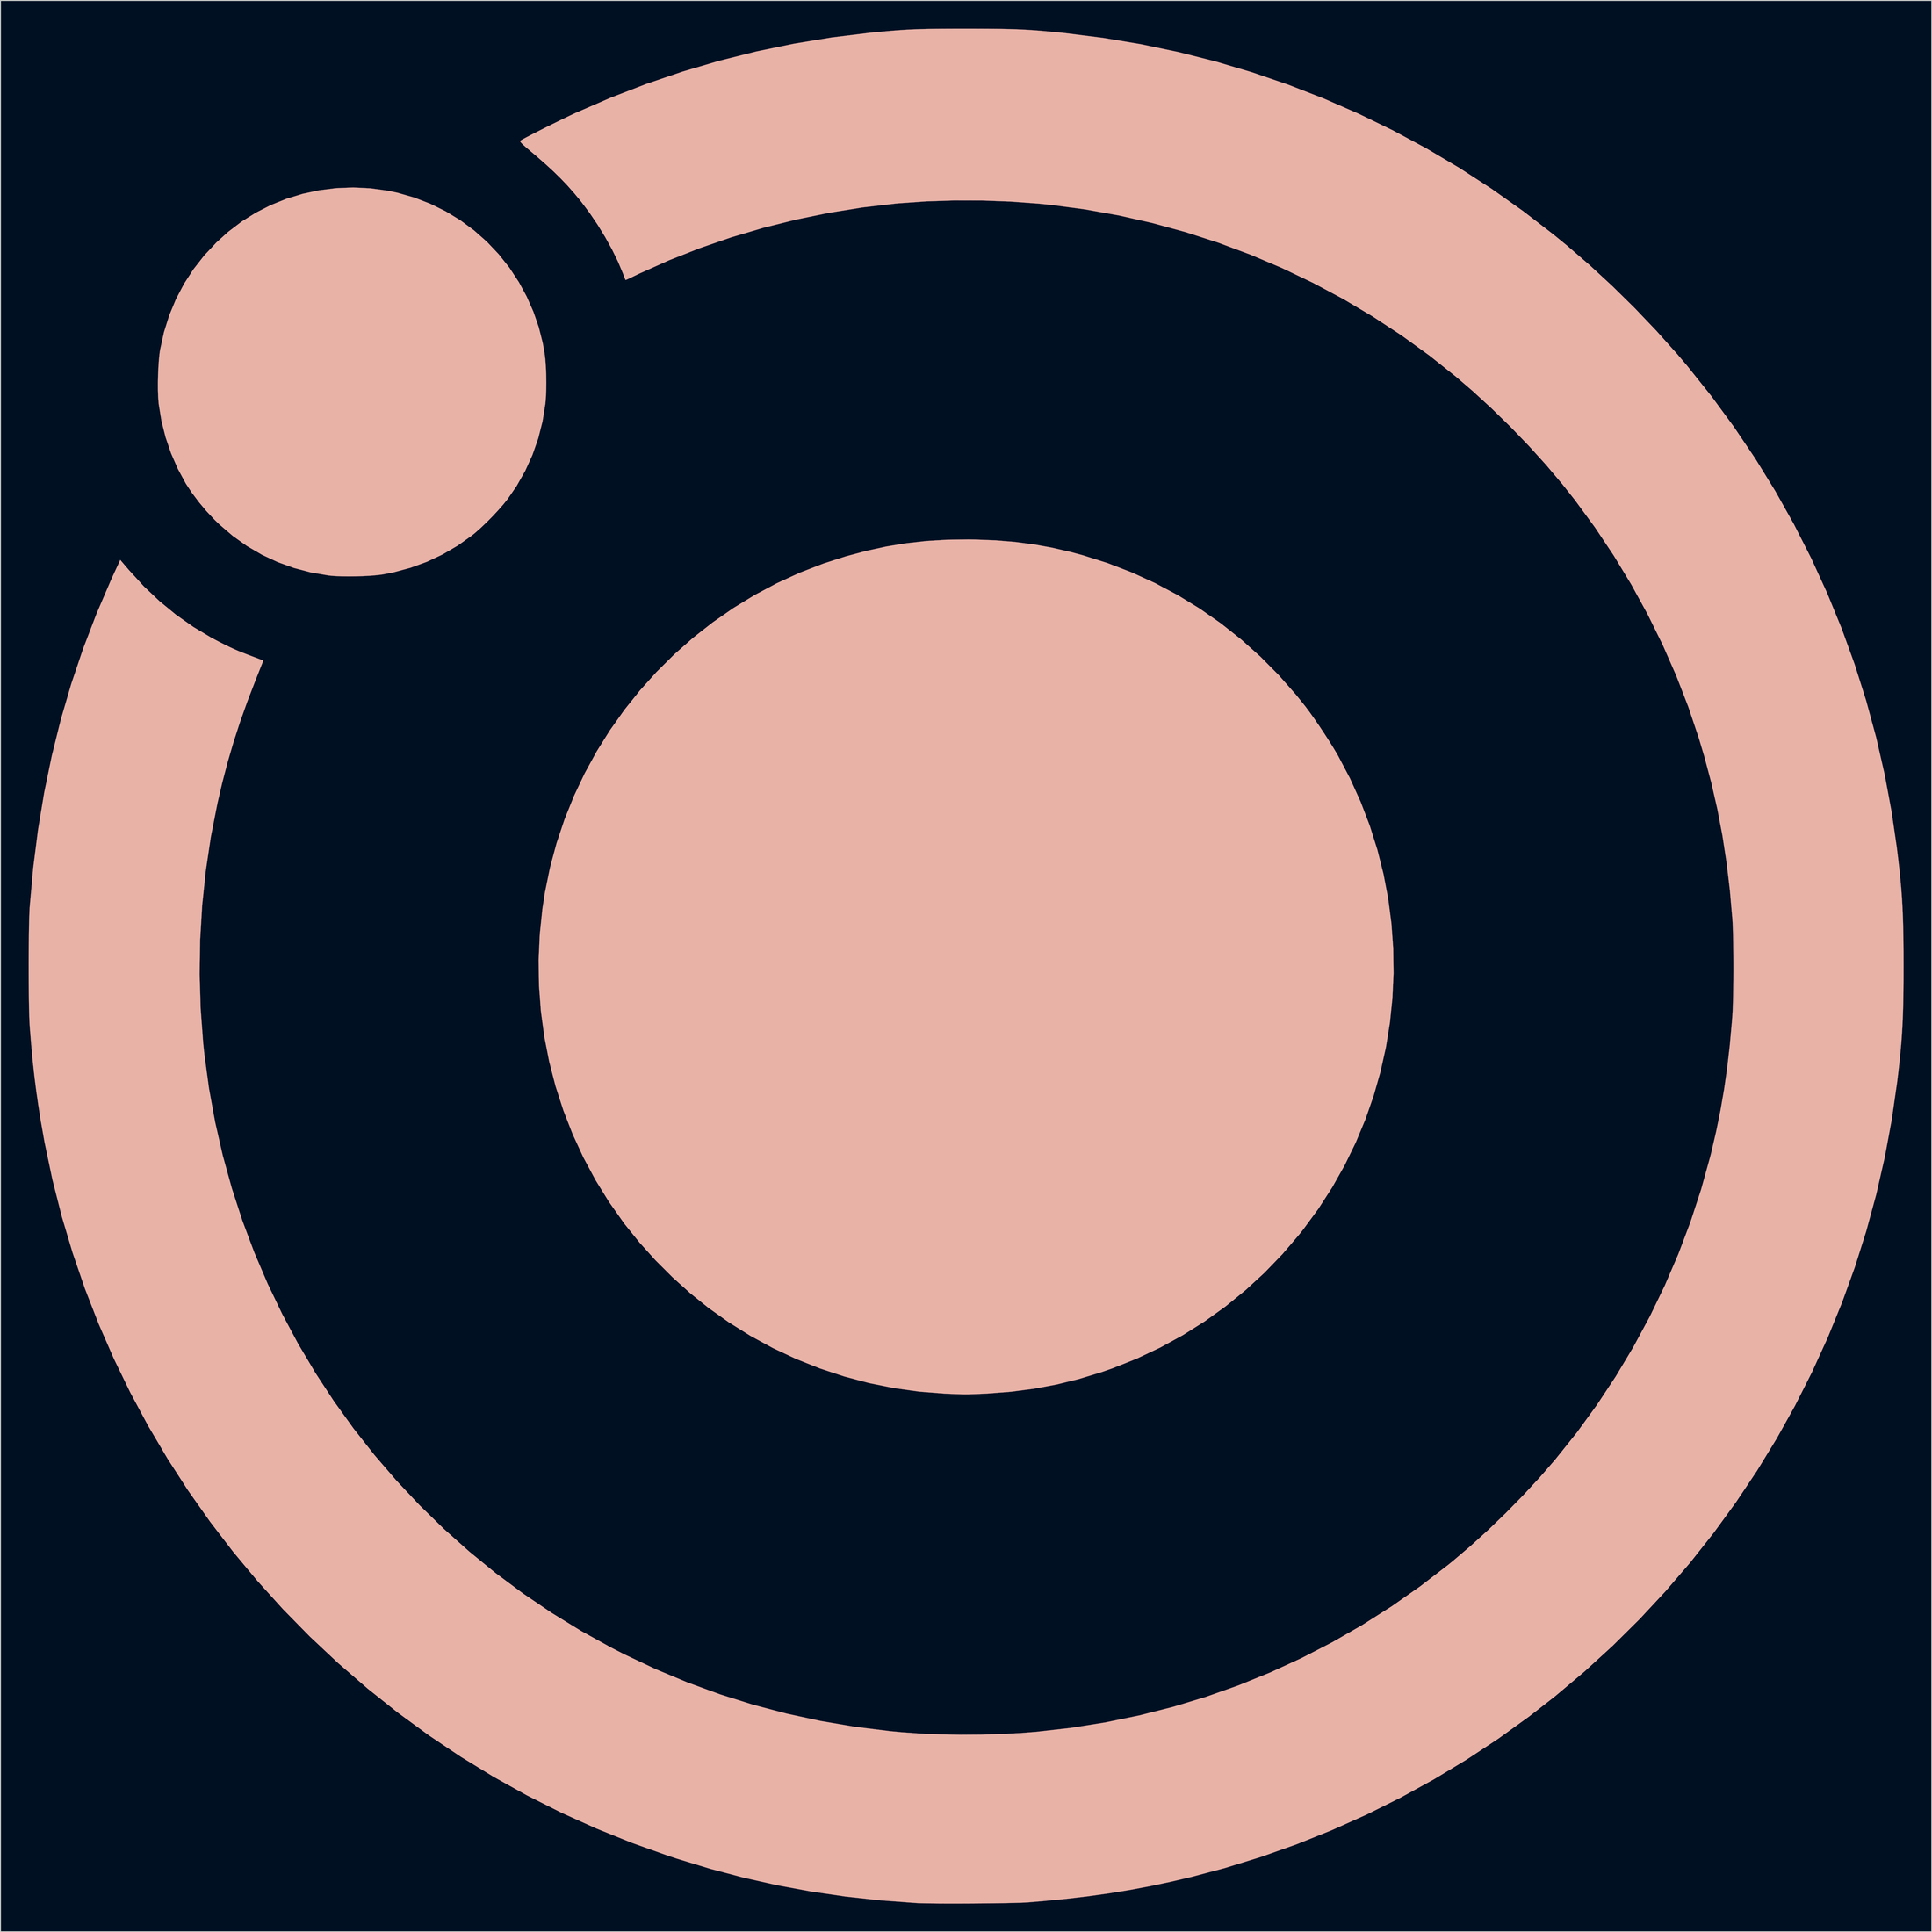
<source format=kicad_pcb>
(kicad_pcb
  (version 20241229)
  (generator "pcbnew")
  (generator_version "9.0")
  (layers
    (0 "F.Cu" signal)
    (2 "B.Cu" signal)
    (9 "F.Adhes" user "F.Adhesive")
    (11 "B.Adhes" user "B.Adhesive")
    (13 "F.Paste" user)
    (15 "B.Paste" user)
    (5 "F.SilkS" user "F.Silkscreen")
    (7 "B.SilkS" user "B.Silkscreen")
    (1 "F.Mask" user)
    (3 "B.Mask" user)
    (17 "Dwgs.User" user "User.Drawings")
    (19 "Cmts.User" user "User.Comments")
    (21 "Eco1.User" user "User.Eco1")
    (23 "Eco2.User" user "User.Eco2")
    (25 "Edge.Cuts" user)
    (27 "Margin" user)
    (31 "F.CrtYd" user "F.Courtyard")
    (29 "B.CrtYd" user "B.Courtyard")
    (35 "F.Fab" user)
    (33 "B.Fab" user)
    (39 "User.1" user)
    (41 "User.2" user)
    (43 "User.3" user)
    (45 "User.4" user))
  (footprint "ionic_20x20_B"
    (layer "F.Cu")
    (at 99.871 99.867)
    (property "Reference" "ionic_20x20_B" (at 0 0 0) (layer "B.SilkS") (effects (font (size 1.524 1.524) (thickness 0.3))))
    (attr through_hole)
    (fp_poly (pts (xy -63.472 -82.857) (xy -61.662 -82.61) (xy -60.579 -82.382) (xy -58.796 -81.871) (xy -57.08 -81.207) (xy -55.44 -80.399) (xy -53.883 -79.451) (xy -52.419 -78.37) (xy -51.054 -77.163) (xy -49.797 -75.837) (xy -48.656 -74.397) (xy -47.64 -72.851) (xy -46.817 -71.332) (xy -46.097 -69.706) (xy -45.531 -68.074) (xy -45.107 -66.397) (xy -44.911 -65.32) (xy -44.831 -64.671) (xy -44.772 -63.9) (xy -44.735 -63.055) (xy -44.722 -62.183) (xy -44.732 -61.331) (xy -44.766 -60.546) (xy -44.821 -59.913) (xy -45.122 -58.04) (xy -45.582 -56.22) (xy -46.198 -54.46) (xy -46.967 -52.766) (xy -47.886 -51.146) (xy -48.82 -49.784) (xy -49.27 -49.219) (xy -49.819 -48.59) (xy -50.433 -47.931) (xy -51.077 -47.281) (xy -51.713 -46.674) (xy -52.308 -46.148) (xy -52.62 -45.893) (xy -54.147 -44.804) (xy -55.757 -43.862) (xy -57.445 -43.069) (xy -59.209 -42.427) (xy -61.046 -41.936) (xy -62.103 -41.729) (xy -62.665 -41.653) (xy -63.354 -41.592) (xy -64.129 -41.548) (xy -64.949 -41.521) (xy -65.772 -41.512) (xy -66.558 -41.522) (xy -67.264 -41.551) (xy -67.849 -41.601) (xy -67.903 -41.608) (xy -69.779 -41.929) (xy -71.592 -42.406) (xy -73.338 -43.037) (xy -75.012 -43.818) (xy -76.608 -44.748) (xy -78.12 -45.824) (xy -79.544 -47.044) (xy -80.055 -47.538) (xy -80.912 -48.449) (xy -81.734 -49.429) (xy -82.483 -50.428) (xy -83.121 -51.398) (xy -83.13 -51.414) (xy -83.975 -52.969) (xy -84.695 -54.618) (xy -85.28 -56.332) (xy -85.72 -58.082) (xy -86.006 -59.838) (xy -86.024 -60.002) (xy -86.071 -60.613) (xy -86.095 -61.342) (xy -86.098 -62.146) (xy -86.081 -62.982) (xy -86.045 -63.807) (xy -85.992 -64.58) (xy -85.922 -65.257) (xy -85.863 -65.659) (xy -85.454 -67.524) (xy -84.891 -69.319) (xy -84.178 -71.039) (xy -83.316 -72.68) (xy -82.309 -74.237) (xy -81.159 -75.706) (xy -79.869 -77.081) (xy -78.613 -78.217) (xy -77.179 -79.309) (xy -75.654 -80.264) (xy -74.051 -81.078) (xy -72.382 -81.749) (xy -70.659 -82.274) (xy -68.895 -82.65) (xy -67.101 -82.874) (xy -65.289 -82.944) (xy -63.472 -82.857)) (stroke (width 0.01) (type solid)) (fill yes) (layer "B.SilkS"))
    (fp_poly (pts (xy 0.931 -45.441) (xy 3.111 -45.357) (xy 5.183 -45.188) (xy 7.188 -44.927) (xy 9.17 -44.568) (xy 11.168 -44.105) (xy 12.446 -43.761) (xy 15.079 -42.926) (xy 17.645 -41.937) (xy 20.14 -40.797) (xy 22.557 -39.51) (xy 24.892 -38.08) (xy 27.139 -36.51) (xy 29.293 -34.803) (xy 31.349 -32.963) (xy 33.302 -30.994) (xy 35.147 -28.899) (xy 36.152 -27.644) (xy 36.591 -27.057) (xy 37.086 -26.361) (xy 37.613 -25.594) (xy 38.146 -24.793) (xy 38.66 -23.998) (xy 39.129 -23.245) (xy 39.529 -22.575) (xy 39.608 -22.437) (xy 40.894 -19.998) (xy 42.022 -17.509) (xy 42.993 -14.975) (xy 43.806 -12.404) (xy 44.463 -9.804) (xy 44.963 -7.18) (xy 45.308 -4.54) (xy 45.498 -1.89) (xy 45.534 0.761) (xy 45.415 3.408) (xy 45.144 6.042) (xy 44.72 8.659) (xy 44.143 11.249) (xy 43.415 13.807) (xy 42.536 16.325) (xy 41.507 18.796) (xy 40.328 21.214) (xy 38.999 23.571) (xy 37.522 25.861) (xy 35.896 28.076) (xy 35.513 28.559) (xy 33.711 30.67) (xy 31.793 32.659) (xy 29.766 34.522) (xy 27.636 36.255) (xy 25.409 37.854) (xy 23.089 39.316) (xy 20.684 40.635) (xy 18.198 41.809) (xy 15.638 42.832) (xy 14.393 43.266) (xy 12.002 43.993) (xy 9.622 44.577) (xy 7.22 45.026) (xy 4.763 45.345) (xy 2.22 45.539) (xy 2.032 45.548) (xy 1.364 45.579) (xy 0.809 45.601) (xy 0.324 45.614) (xy -0.13 45.617) (xy -0.598 45.61) (xy -1.119 45.595) (xy -1.737 45.569) (xy -2.286 45.544) (xy -4.997 45.333) (xy -7.69 44.955) (xy -10.357 44.416) (xy -12.987 43.717) (xy -15.573 42.862) (xy -18.104 41.854) (xy -20.572 40.698) (xy -22.967 39.395) (xy -25.281 37.949) (xy -27.426 36.425) (xy -29.379 34.856) (xy -31.277 33.151) (xy -33.09 31.34) (xy -34.793 29.448) (xy -36.358 27.503) (xy -36.46 27.368) (xy -38.045 25.118) (xy -39.483 22.789) (xy -40.772 20.386) (xy -41.912 17.917) (xy -42.899 15.388) (xy -43.733 12.808) (xy -44.412 10.182) (xy -44.934 7.517) (xy -45.297 4.822) (xy -45.5 2.102) (xy -45.542 -0.635) (xy -45.419 -3.383) (xy -45.132 -6.135) (xy -44.871 -7.832) (xy -44.328 -10.49) (xy -43.627 -13.096) (xy -42.774 -15.643) (xy -41.774 -18.125) (xy -40.631 -20.537) (xy -39.352 -22.873) (xy -37.941 -25.127) (xy -36.404 -27.294) (xy -34.745 -29.367) (xy -32.969 -31.341) (xy -31.083 -33.211) (xy -29.09 -34.97) (xy -26.997 -36.613) (xy -24.807 -38.134) (xy -22.527 -39.528) (xy -20.162 -40.787) (xy -17.716 -41.908) (xy -15.194 -42.884) (xy -12.802 -43.652) (xy -10.619 -44.235) (xy -8.491 -44.699) (xy -6.38 -45.047) (xy -4.249 -45.285) (xy -2.063 -45.418) (xy 0.216 -45.45) (xy 0.931 -45.441)) (stroke (width 0.01) (type solid)) (fill yes) (layer "B.SilkS"))
    (fp_poly (pts (xy 0.085 -99.862) (xy 1.327 -99.86) (xy 2.423 -99.855) (xy 3.397 -99.846) (xy 4.273 -99.831) (xy 5.075 -99.809) (xy 5.825 -99.78) (xy 6.548 -99.742) (xy 7.268 -99.695) (xy 8.008 -99.636) (xy 8.792 -99.566) (xy 9.643 -99.483) (xy 10.541 -99.391) (xy 14.609 -98.88) (xy 18.64 -98.206) (xy 22.629 -97.368) (xy 26.572 -96.37) (xy 30.465 -95.213) (xy 34.304 -93.899) (xy 38.085 -92.429) (xy 41.804 -90.805) (xy 45.456 -89.03) (xy 49.038 -87.104) (xy 52.545 -85.029) (xy 55.973 -82.807) (xy 59.319 -80.44) (xy 62.578 -77.93) (xy 63.986 -76.778) (xy 66.428 -74.669) (xy 68.857 -72.426) (xy 71.239 -70.081) (xy 73.541 -67.668) (xy 75.73 -65.221) (xy 76.804 -63.955) (xy 79.368 -60.747) (xy 81.791 -57.447) (xy 84.071 -54.061) (xy 86.207 -50.592) (xy 88.196 -47.045) (xy 90.036 -43.424) (xy 91.726 -39.735) (xy 93.264 -35.981) (xy 94.647 -32.167) (xy 95.874 -28.297) (xy 96.943 -24.376) (xy 97.851 -20.41) (xy 98.597 -16.401) (xy 99.138 -12.686) (xy 99.289 -11.461) (xy 99.418 -10.331) (xy 99.527 -9.271) (xy 99.618 -8.254) (xy 99.692 -7.254) (xy 99.75 -6.245) (xy 99.795 -5.2) (xy 99.827 -4.093) (xy 99.848 -2.898) (xy 99.86 -1.589) (xy 99.864 -0.139) (xy 99.864 0) (xy 99.861 1.448) (xy 99.85 2.754) (xy 99.831 3.942) (xy 99.801 5.039) (xy 99.759 6.072) (xy 99.704 7.065) (xy 99.635 8.046) (xy 99.549 9.04) (xy 99.446 10.073) (xy 99.324 11.172) (xy 99.181 12.361) (xy 98.6 16.397) (xy 97.856 20.391) (xy 96.951 24.34) (xy 95.889 28.238) (xy 94.672 32.083) (xy 93.301 35.869) (xy 91.781 39.592) (xy 90.113 43.248) (xy 88.3 46.833) (xy 86.344 50.341) (xy 84.248 53.77) (xy 82.014 57.114) (xy 79.645 60.369) (xy 77.144 63.531) (xy 74.512 66.595) (xy 71.753 69.558) (xy 68.869 72.415) (xy 65.862 75.161) (xy 62.735 77.792) (xy 59.986 79.934) (xy 56.693 82.305) (xy 53.306 84.541) (xy 49.831 86.636) (xy 46.276 88.589) (xy 42.649 90.396) (xy 38.955 92.052) (xy 35.203 93.556) (xy 31.4 94.902) (xy 27.553 96.089) (xy 24.003 97.031) (xy 21.781 97.552) (xy 19.602 98.014) (xy 17.435 98.421) (xy 15.249 98.778) (xy 13.011 99.091) (xy 10.69 99.365) (xy 8.255 99.603) (xy 6.562 99.745) (xy 6.199 99.766) (xy 5.689 99.786) (xy 5.05 99.803) (xy 4.306 99.819) (xy 3.476 99.833) (xy 2.581 99.845) (xy 1.643 99.854) (xy 0.681 99.861) (xy -0.281 99.865) (xy -1.225 99.867) (xy -2.129 99.866) (xy -2.971 99.862) (xy -3.731 99.854) (xy -4.389 99.844) (xy -4.922 99.831) (xy -5.292 99.815) (xy -9.126 99.529) (xy -12.862 99.12) (xy -16.521 98.584) (xy -20.124 97.916) (xy -23.694 97.112) (xy -27.253 96.169) (xy -30.821 95.081) (xy -31.708 94.789) (xy -35.589 93.406) (xy -39.391 91.872) (xy -43.115 90.189) (xy -46.759 88.357) (xy -50.322 86.376) (xy -53.802 84.248) (xy -57.198 81.973) (xy -60.51 79.551) (xy -63.737 76.984) (xy -66.876 74.271) (xy -66.921 74.231) (xy -69.9 71.436) (xy -72.754 68.529) (xy -75.481 65.516) (xy -78.078 62.4) (xy -80.542 59.188) (xy -82.872 55.883) (xy -85.064 52.49) (xy -87.116 49.014) (xy -89.025 45.46) (xy -90.788 41.832) (xy -92.404 38.135) (xy -93.869 34.375) (xy -95.18 30.555) (xy -96.336 26.68) (xy -97.334 22.756) (xy -98.171 18.786) (xy -98.588 16.425) (xy -98.838 14.834) (xy -99.057 13.306) (xy -99.249 11.797) (xy -99.418 10.266) (xy -99.57 8.666) (xy -99.711 6.956) (xy -99.756 6.35) (xy -99.783 5.874) (xy -99.806 5.252) (xy -99.826 4.504) (xy -99.841 3.653) (xy -99.853 2.721) (xy -99.861 1.73) (xy -99.865 0.703) (xy -99.866 -0.339) (xy -99.862 -1.374) (xy -99.855 -2.379) (xy -99.844 -3.333) (xy -99.83 -4.213) (xy -99.811 -4.997) (xy -99.789 -5.664) (xy -99.763 -6.19) (xy -99.755 -6.308) (xy -99.384 -10.456) (xy -98.868 -14.519) (xy -98.206 -18.505) (xy -97.397 -22.419) (xy -96.439 -26.27) (xy -95.329 -30.064) (xy -94.066 -33.809) (xy -92.649 -37.51) (xy -91.075 -41.176) (xy -90.611 -42.186) (xy -90.108 -43.266) (xy -89.187 -42.188) (xy -87.604 -40.46) (xy -85.929 -38.873) (xy -84.166 -37.428) (xy -82.317 -36.127) (xy -80.385 -34.972) (xy -79.587 -34.551) (xy -78.983 -34.247) (xy -78.473 -33.997) (xy -78.013 -33.783) (xy -77.557 -33.586) (xy -77.062 -33.384) (xy -76.481 -33.159) (xy -76.02 -32.985) (xy -74.867 -32.551) (xy -75.69 -30.478) (xy -76.568 -28.196) (xy -77.349 -26.001) (xy -78.047 -23.854) (xy -78.675 -21.712) (xy -79.245 -19.534) (xy -79.753 -17.357) (xy -80.457 -13.773) (xy -81 -10.148) (xy -81.381 -6.493) (xy -81.599 -2.818) (xy -81.654 0.864) (xy -81.546 4.543) (xy -81.273 8.206) (xy -81.148 9.398) (xy -80.654 13.043) (xy -79.998 16.644) (xy -79.185 20.197) (xy -78.215 23.698) (xy -77.094 27.141) (xy -75.824 30.524) (xy -74.407 33.84) (xy -72.848 37.086) (xy -71.15 40.257) (xy -69.315 43.348) (xy -67.347 46.356) (xy -65.248 49.275) (xy -63.023 52.101) (xy -60.674 54.829) (xy -58.204 57.456) (xy -55.617 59.975) (xy -52.915 62.384) (xy -50.103 64.678) (xy -47.182 66.851) (xy -44.156 68.9) (xy -41.029 70.82) (xy -37.803 72.606) (xy -36.409 73.32) (xy -33.061 74.902) (xy -29.654 76.325) (xy -26.19 77.589) (xy -22.672 78.694) (xy -19.101 79.638) (xy -15.48 80.421) (xy -11.81 81.042) (xy -8.095 81.502) (xy -6.9 81.614) (xy -4.917 81.755) (xy -2.818 81.845) (xy -0.647 81.884) (xy 1.55 81.872) (xy 3.728 81.811) (xy 5.843 81.699) (xy 7.493 81.57) (xy 11.191 81.151) (xy 14.848 80.568) (xy 18.462 79.823) (xy 22.028 78.917) (xy 25.542 77.852) (xy 29.001 76.629) (xy 32.401 75.25) (xy 35.738 73.717) (xy 39.009 72.03) (xy 42.21 70.192) (xy 45.337 68.204) (xy 48.386 66.067) (xy 51.354 63.784) (xy 51.901 63.339) (xy 53.751 61.767) (xy 55.626 60.066) (xy 57.492 58.269) (xy 59.317 56.407) (xy 61.07 54.513) (xy 62.719 52.617) (xy 62.787 52.536) (xy 65.058 49.696) (xy 67.202 46.748) (xy 69.215 43.7) (xy 71.093 40.56) (xy 72.832 37.338) (xy 74.426 34.042) (xy 75.872 30.68) (xy 77.165 27.262) (xy 78.3 23.796) (xy 79.274 20.29) (xy 79.376 19.883) (xy 79.901 17.633) (xy 80.355 15.404) (xy 80.744 13.161) (xy 81.073 10.869) (xy 81.348 8.493) (xy 81.574 5.998) (xy 81.633 5.207) (xy 81.663 4.686) (xy 81.687 4.023) (xy 81.707 3.244) (xy 81.721 2.375) (xy 81.731 1.443) (xy 81.735 0.476) (xy 81.734 -0.502) (xy 81.728 -1.462) (xy 81.718 -2.378) (xy 81.702 -3.225) (xy 81.681 -3.974) (xy 81.655 -4.599) (xy 81.634 -4.953) (xy 81.366 -8.042) (xy 81.013 -11.011) (xy 80.571 -13.892) (xy 80.032 -16.715) (xy 79.392 -19.511) (xy 78.646 -22.309) (xy 78.058 -24.281) (xy 76.93 -27.636) (xy 75.64 -30.962) (xy 74.195 -34.248) (xy 72.6 -37.48) (xy 70.863 -40.647) (xy 68.99 -43.737) (xy 66.988 -46.737) (xy 64.862 -49.636) (xy 63.507 -51.35) (xy 61.789 -53.385) (xy 59.941 -55.428) (xy 57.994 -57.447) (xy 55.983 -59.409) (xy 53.94 -61.28) (xy 52.197 -62.778) (xy 49.334 -65.055) (xy 46.372 -67.196) (xy 43.318 -69.2) (xy 40.176 -71.063) (xy 36.955 -72.784) (xy 33.659 -74.359) (xy 30.296 -75.786) (xy 26.872 -77.062) (xy 23.393 -78.185) (xy 19.866 -79.151) (xy 16.297 -79.959) (xy 12.692 -80.606) (xy 9.057 -81.089) (xy 7.62 -81.233) (xy 4.693 -81.445) (xy 1.707 -81.554) (xy -1.291 -81.56) (xy -4.254 -81.463) (xy -7.136 -81.263) (xy -7.493 -81.231) (xy -11.048 -80.816) (xy -14.59 -80.246) (xy -18.107 -79.524) (xy -21.585 -78.654) (xy -25.01 -77.638) (xy -28.368 -76.482) (xy -31.647 -75.189) (xy -34.832 -73.763) (xy -35.553 -73.415) (xy -35.863 -73.266) (xy -36.108 -73.154) (xy -36.255 -73.094) (xy -36.282 -73.088) (xy -36.317 -73.171) (xy -36.399 -73.376) (xy -36.511 -73.665) (xy -36.568 -73.814) (xy -37.086 -75.046) (xy -37.721 -76.34) (xy -38.451 -77.661) (xy -39.254 -78.972) (xy -40.11 -80.237) (xy -40.997 -81.42) (xy -41.098 -81.547) (xy -41.774 -82.364) (xy -42.457 -83.135) (xy -43.172 -83.887) (xy -43.943 -84.642) (xy -44.796 -85.426) (xy -45.754 -86.264) (xy -46.303 -86.729) (xy -46.752 -87.109) (xy -47.082 -87.397) (xy -47.308 -87.607) (xy -47.443 -87.754) (xy -47.501 -87.852) (xy -47.497 -87.914) (xy -47.485 -87.928) (xy -47.373 -88.002) (xy -47.127 -88.139) (xy -46.769 -88.331) (xy -46.317 -88.565) (xy -45.793 -88.834) (xy -45.215 -89.127) (xy -44.604 -89.433) (xy -43.979 -89.743) (xy -43.361 -90.047) (xy -42.768 -90.335) (xy -42.222 -90.597) (xy -41.741 -90.823) (xy -41.614 -90.882) (xy -37.867 -92.508) (xy -34.059 -93.978) (xy -30.198 -95.291) (xy -26.29 -96.443) (xy -22.34 -97.434) (xy -18.356 -98.261) (xy -14.344 -98.923) (xy -10.31 -99.419) (xy -10.134 -99.436) (xy -9.243 -99.524) (xy -8.439 -99.599) (xy -7.699 -99.662) (xy -7 -99.714) (xy -6.319 -99.757) (xy -5.633 -99.791) (xy -4.919 -99.817) (xy -4.155 -99.836) (xy -3.316 -99.849) (xy -2.381 -99.857) (xy -1.327 -99.861) (xy -0.129 -99.862) (xy 0.085 -99.862)) (stroke (width 0.01) (type solid)) (fill yes) (layer "B.SilkS")))
  (gr_rect
    (start -3 -3)
    (end 202.74 202.739)
    (stroke (width 0.1) (type default))
    (fill no)
    (layer "Edge.Cuts")))
</source>
